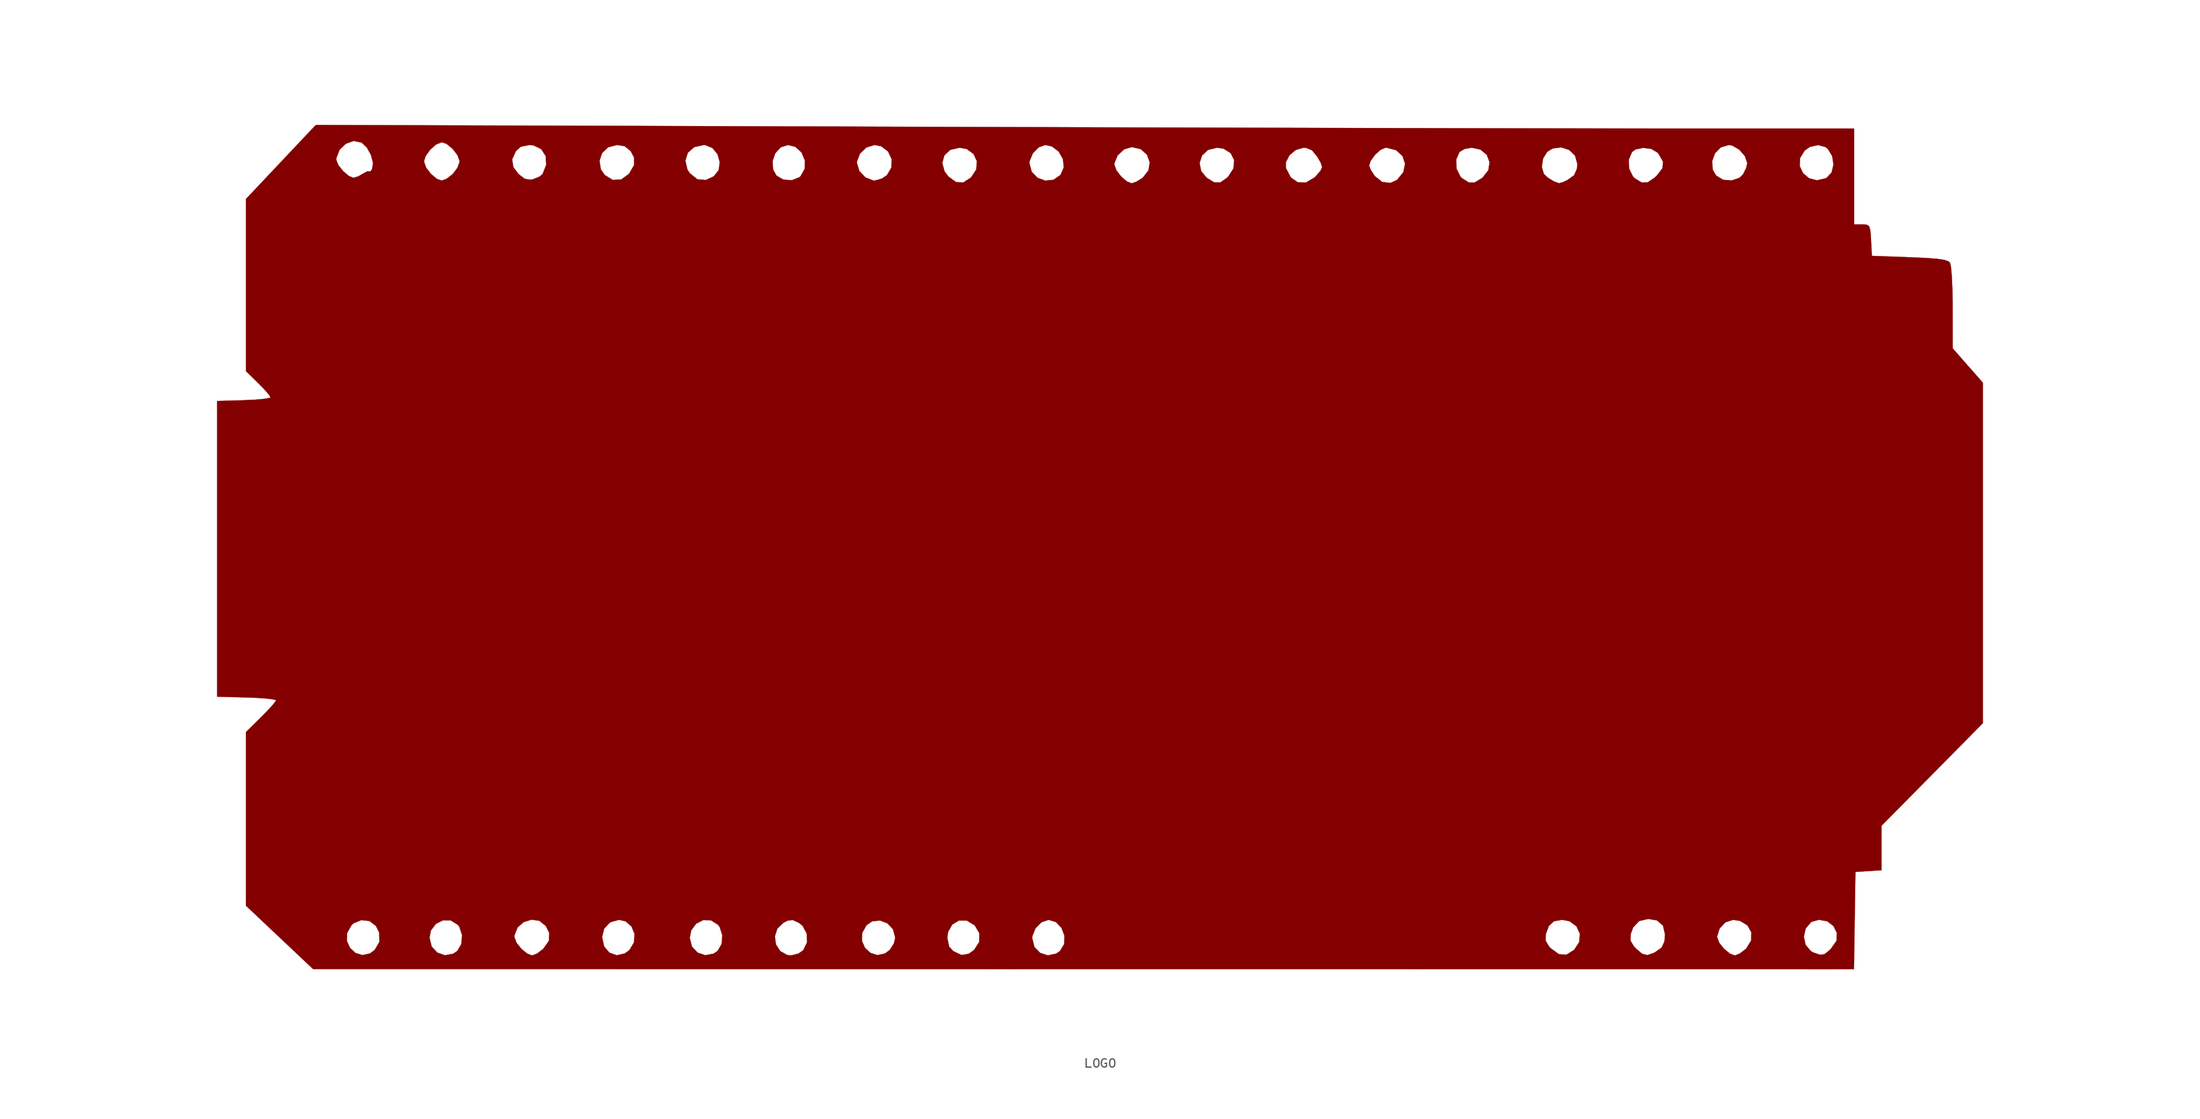
<source format=kicad_sym>
(kicad_symbol_lib
  (version 20220914)
  (generator "bitmap2component")
  (generator_version "8.0")
  (symbol "LOGO"
    (pin_names
      (offset 1.016))
    (property "Reference" "#G"
      (at 0 107.45 0)
      (effects (font (size 1.27 1.27)) hide))
    (symbol "LOGO_0_0"
      (polyline (pts (xy 76.531 -28.44) (xy 76.605 -23.644) (xy 77.889 -23.561) (xy 79.172 -23.479) (xy 79.172 -21.285) (xy 79.172 -19.091) (xy 84.171 -14.03) (xy 89.17 -8.968) (xy 89.17 7.837) (xy 89.17 24.642) (xy 87.684 26.334) (xy 86.198 28.027) (xy 86.194 32.05) (xy 86.19 32.691) (xy 86.159 34.075) (xy 86.101 35.239) (xy 86.025 36.075) (xy 85.934 36.479) (xy 85.782 36.616) (xy 85.368 36.758) (xy 84.643 36.866) (xy 83.53 36.949) (xy 81.953 37.019) (xy 78.227 37.154) (xy 78.145 38.708) (xy 78.141 38.785) (xy 78.081 39.626) (xy 77.964 40.066) (xy 77.717 40.234) (xy 77.267 40.262) (xy 76.47 40.262) (xy 76.47 44.99) (xy 76.47 49.719) (xy 58.028 49.72) (xy 57.4 49.72) (xy 55.106 49.722) (xy 52.319 49.725) (xy 49.077 49.73) (xy 45.417 49.736) (xy 41.374 49.744) (xy 36.986 49.753) (xy 32.289 49.763) (xy 27.32 49.775) (xy 22.115 49.787) (xy 16.712 49.801) (xy 11.146 49.815) (xy 5.455 49.831) (xy -0.326 49.846) (xy -6.158 49.863) (xy -12.007 49.88) (xy -17.834 49.898) (xy -75.254 50.074) (xy -78.513 46.617) (xy -73.228 46.617) (xy -73.215 46.827) (xy -72.904 47.629) (xy -72.293 48.218) (xy -71.527 48.492) (xy -70.755 48.346) (xy -70.229 47.86) (xy -69.816 47.116) (xy -69.648 46.477) (xy -64.581 46.477) (xy -64.433 46.978) (xy -63.977 47.625) (xy -63.383 48.151) (xy -62.825 48.368) (xy -62.359 48.209) (xy -61.758 47.718) (xy -61.27 47.078) (xy -61.132 46.667) (xy -55.892 46.667) (xy -55.513 47.497) (xy -55.029 47.93) (xy -54.169 48.098) (xy -53.797 48.064) (xy -53.027 47.694) (xy -52.584 47.014) (xy -52.55 46.529) (xy -47.274 46.529) (xy -47.011 47.304) (xy -46.41 47.875) (xy -45.531 48.098) (xy -44.8 47.983) (xy -44.195 47.497) (xy -43.859 46.859) (xy -43.859 46.554) (xy -38.803 46.554) (xy -38.558 47.328) (xy -37.93 47.885) (xy -36.983 48.098) (xy -36.863 48.093) (xy -36.135 47.803) (xy -35.633 47.188) (xy -35.43 46.481) (xy -30.205 46.481) (xy -29.94 47.272) (xy -29.408 47.864) (xy -28.672 48.098) (xy -27.956 47.915) (xy -27.348 47.36) (xy -27.019 46.585) (xy -27.022 46.342) (xy -21.887 46.342) (xy -21.882 46.459) (xy -21.578 47.252) (xy -20.936 47.857) (xy -20.131 48.098) (xy -19.472 47.965) (xy -18.815 47.458) (xy -18.462 46.714) (xy -18.468 46.325) (xy -13.461 46.325) (xy -13.255 47.075) (xy -12.67 47.618) (xy -11.754 47.828) (xy -11.059 47.703) (xy -10.384 47.219) (xy -10.05 46.497) (xy -10.065 46.295) (xy -4.864 46.295) (xy -4.842 46.532) (xy -4.525 47.277) (xy -3.958 47.861) (xy -3.303 48.098) (xy -2.651 47.957) (xy -1.979 47.445) (xy -1.561 46.704) (xy -1.504 46.164) (xy 3.513 46.164) (xy 3.52 46.299) (xy 3.83 47.063) (xy 4.46 47.657) (xy 5.227 47.895) (xy 6.116 47.685) (xy 6.727 47.138) (xy 6.997 46.394) (xy 6.987 46.322) (xy 11.917 46.322) (xy 12.163 47.064) (xy 12.756 47.613) (xy 13.646 47.828) (xy 14.271 47.738) (xy 14.979 47.298) (xy 15.326 46.607) (xy 15.309 46.394) (xy 20.425 46.394) (xy 20.785 47.084) (xy 21.417 47.615) (xy 22.181 47.828) (xy 22.398 47.817) (xy 22.997 47.584) (xy 23.511 46.95) (xy 23.85 46.378) (xy 23.953 46.071) (xy 28.642 46.071) (xy 28.779 46.508) (xy 29.209 47.112) (xy 29.763 47.616) (xy 30.261 47.828) (xy 30.365 47.826) (xy 31.309 47.579) (xy 31.929 47.011) (xy 32.051 46.64) (xy 37.222 46.64) (xy 37.548 47.408) (xy 38.049 47.704) (xy 38.767 47.828) (xy 39.618 47.644) (xy 40.245 47.12) (xy 40.52 46.392) (xy 40.447 45.932) (xy 45.672 45.932) (xy 45.792 46.755) (xy 46.197 47.414) (xy 46.751 47.755) (xy 47.588 47.863) (xy 48.372 47.605) (xy 48.951 47.041) (xy 49.062 46.64) (xy 54.246 46.64) (xy 54.571 47.408) (xy 54.917 47.657) (xy 55.667 47.814) (xy 56.468 47.712) (xy 57.067 47.355) (xy 57.204 47.189) (xy 57.609 46.482) (xy 62.465 46.482) (xy 62.751 47.275) (xy 63.328 47.866) (xy 64.128 48.098) (xy 64.455 48.041) (xy 65.147 47.636) (xy 65.704 46.998) (xy 65.932 46.317) (xy 65.87 46.013) (xy 71.112 46.013) (xy 71.139 46.796) (xy 71.606 47.557) (xy 72.108 47.905) (xy 72.927 48.09) (xy 73.66 47.891) (xy 73.874 47.716) (xy 74.309 47.01) (xy 74.438 46.17) (xy 74.255 45.387) (xy 73.755 44.848) (xy 73.694 44.817) (xy 72.815 44.61) (xy 72.035 44.812) (xy 71.439 45.316) (xy 71.112 46.013) (xy 65.87 46.013) (xy 65.834 45.838) (xy 65.511 45.186) (xy 65.172 44.863) (xy 64.398 44.596) (xy 63.554 44.665) (xy 62.866 45.079) (xy 62.535 45.646) (xy 62.465 46.482) (xy 57.609 46.482) (xy 57.626 46.453) (xy 57.57 45.806) (xy 57.035 45.104) (xy 56.786 44.866) (xy 56.115 44.41) (xy 55.516 44.399) (xy 54.838 44.813) (xy 54.67 44.976) (xy 54.287 45.747) (xy 54.246 46.64) (xy 49.062 46.64) (xy 49.175 46.232) (xy 49.144 45.781) (xy 48.865 45.123) (xy 48.183 44.626) (xy 47.761 44.431) (xy 47.373 44.323) (xy 47.365 44.324) (xy 46.875 44.497) (xy 46.282 44.86) (xy 45.873 45.238) (xy 45.672 45.932) (xy 40.447 45.932) (xy 40.394 45.598) (xy 39.82 44.875) (xy 39.741 44.813) (xy 39.047 44.397) (xy 38.471 44.399) (xy 37.815 44.813) (xy 37.647 44.976) (xy 37.264 45.747) (xy 37.222 46.64) (xy 32.051 46.64) (xy 32.181 46.248) (xy 32.018 45.419) (xy 31.395 44.653) (xy 30.734 44.349) (xy 29.924 44.452) (xy 29.203 45.027) (xy 29.176 45.061) (xy 28.798 45.644) (xy 28.642 46.071) (xy 23.953 46.071) (xy 24 45.933) (xy 23.85 45.557) (xy 23.386 45.03) (xy 23.244 44.886) (xy 22.421 44.4) (xy 21.612 44.412) (xy 20.914 44.896) (xy 20.428 45.826) (xy 20.425 46.394) (xy 15.309 46.394) (xy 15.262 45.791) (xy 14.739 44.978) (xy 14.61 44.853) (xy 13.96 44.402) (xy 13.348 44.412) (xy 12.601 44.875) (xy 12.068 45.529) (xy 11.917 46.322) (xy 6.987 46.322) (xy 6.876 45.593) (xy 6.314 44.875) (xy 6.285 44.853) (xy 5.684 44.472) (xy 5.22 44.315) (xy 4.757 44.493) (xy 4.182 44.985) (xy 3.709 45.605) (xy 3.513 46.164) (xy -1.504 46.164) (xy -1.475 45.887) (xy -1.8 45.148) (xy -2.48 44.668) (xy -3.296 44.578) (xy -4.066 44.857) (xy -4.639 45.448) (xy -4.864 46.295) (xy -10.065 46.295) (xy -10.112 45.679) (xy -10.623 44.903) (xy -10.65 44.878) (xy -11.394 44.396) (xy -12.095 44.429) (xy -12.847 44.978) (xy -13.24 45.495) (xy -13.461 46.325) (xy -18.468 46.325) (xy -18.475 45.886) (xy -18.915 45.126) (xy -19.432 44.773) (xy -20.131 44.585) (xy -20.249 44.59) (xy -21.042 44.894) (xy -21.646 45.536) (xy -21.887 46.342) (xy -27.022 46.342) (xy -27.031 45.749) (xy -27.446 45.01) (xy -27.549 44.919) (xy -28.292 44.621) (xy -29.134 44.678) (xy -29.817 45.079) (xy -30.143 45.656) (xy -30.205 46.481) (xy -35.43 46.481) (xy -35.408 46.408) (xy -35.513 45.626) (xy -35.998 45.006) (xy -36.782 44.642) (xy -37.625 44.715) (xy -38.366 45.316) (xy -38.603 45.686) (xy -38.803 46.554) (xy -43.859 46.554) (xy -43.859 46.118) (xy -44.334 45.297) (xy -44.389 45.23) (xy -45.136 44.688) (xy -45.959 44.651) (xy -46.747 45.126) (xy -47.139 45.696) (xy -47.274 46.529) (xy -52.55 46.529) (xy -52.522 46.147) (xy -52.895 45.215) (xy -53.216 44.959) (xy -53.829 44.716) (xy -54.048 44.672) (xy -54.636 44.751) (xy -55.245 45.222) (xy -55.765 45.902) (xy -55.892 46.667) (xy -61.132 46.667) (xy -61.068 46.477) (xy -61.069 46.446) (xy -61.275 45.862) (xy -61.731 45.248) (xy -61.778 45.202) (xy -62.351 44.765) (xy -62.825 44.585) (xy -63.29 44.744) (xy -63.891 45.235) (xy -64.379 45.876) (xy -64.581 46.477) (xy -69.648 46.477) (xy -69.61 46.333) (xy -69.699 45.724) (xy -69.863 45.489) (xy -69.977 45.479) (xy -70.151 45.512) (xy -70.586 45.276) (xy -71.066 45.001) (xy -71.544 44.855) (xy -72.002 45.046) (xy -72.563 45.528) (xy -73.031 46.115) (xy -73.228 46.617) (xy -78.513 46.617) (xy -78.7 46.419) (xy -82.145 42.765) (xy -82.145 34.274) (xy -82.145 25.783) (xy -80.929 24.589) (xy -80.358 24.005) (xy -79.892 23.474) (xy -79.713 23.192) (xy -79.815 23.133) (xy -80.346 23.041) (xy -81.229 22.963) (xy -82.347 22.91) (xy -84.982 22.833) (xy -84.982 8.242) (xy -84.982 -6.35) (xy -82.077 -6.427) (xy -81.108 -6.464) (xy -80.106 -6.533) (xy -79.424 -6.617) (xy -79.172 -6.706) (xy -79.18 -6.735) (xy -79.429 -7.073) (xy -79.953 -7.655) (xy -80.659 -8.377) (xy -82.145 -9.844) (xy -82.145 -18.41) (xy -82.145 -26.975) (xy -78.835 -30.101) (xy -78.461 -30.454) (xy -72.187 -30.454) (xy -72.167 -29.678) (xy -71.733 -28.904) (xy -71.521 -28.709) (xy -70.755 -28.398) (xy -69.955 -28.488) (xy -69.325 -28.973) (xy -69.004 -29.619) (xy -68.987 -30.129) (xy -64.04 -30.129) (xy -63.901 -29.429) (xy -63.413 -28.773) (xy -62.712 -28.418) (xy -61.941 -28.427) (xy -61.245 -28.866) (xy -61.089 -29.077) (xy -60.828 -29.89) (xy -60.842 -30.066) (xy -55.664 -30.066) (xy -55.654 -29.889) (xy -55.354 -29.122) (xy -54.745 -28.593) (xy -53.977 -28.356) (xy -53.202 -28.465) (xy -52.572 -28.973) (xy -52.225 -29.66) (xy -52.244 -30.082) (xy -47.017 -30.082) (xy -46.814 -29.244) (xy -46.218 -28.611) (xy -45.349 -28.372) (xy -44.712 -28.513) (xy -44.117 -29.024) (xy -43.817 -29.767) (xy -43.84 -30.155) (xy -38.37 -30.155) (xy -38.229 -29.425) (xy -37.745 -28.757) (xy -37.049 -28.399) (xy -36.28 -28.414) (xy -35.575 -28.866) (xy -35.419 -29.077) (xy -35.158 -29.89) (xy -35.168 -30.009) (xy -29.975 -30.009) (xy -29.736 -29.244) (xy -29.116 -28.651) (xy -28.7 -28.444) (xy -28.219 -28.389) (xy -27.629 -28.651) (xy -27.247 -28.953) (xy -26.834 -29.718) (xy -26.805 -30.454) (xy -21.387 -30.454) (xy -21.367 -29.678) (xy -20.933 -28.904) (xy -20.387 -28.521) (xy -19.613 -28.434) (xy -18.875 -28.716) (xy -18.322 -29.302) (xy -18.104 -30.129) (xy -18.11 -30.155) (xy -12.97 -30.155) (xy -12.894 -29.575) (xy -12.478 -28.837) (xy -11.815 -28.441) (xy -11.035 -28.446) (xy -10.268 -28.913) (xy -9.807 -29.687) (xy -9.813 -30.175) (xy -4.594 -30.175) (xy -4.578 -29.972) (xy -4.266 -29.205) (xy -3.676 -28.611) (xy -2.972 -28.372) (xy -2.255 -28.589) (xy -1.704 -29.169) (xy -1.411 -29.947) (xy -1.427 -30.409) (xy 46.038 -30.409) (xy 46.067 -29.779) (xy 46.365 -28.979) (xy 46.873 -28.506) (xy 47.684 -28.372) (xy 48.413 -28.51) (xy 49.086 -29.01) (xy 49.422 -29.741) (xy 49.375 -30.413) (xy 54.415 -30.413) (xy 54.44 -29.777) (xy 54.677 -29.126) (xy 55.274 -28.489) (xy 56.177 -28.282) (xy 57.03 -28.429) (xy 57.625 -28.945) (xy 57.821 -29.824) (xy 57.802 -30.066) (xy 62.959 -30.066) (xy 62.96 -30.021) (xy 63.209 -29.221) (xy 63.791 -28.613) (xy 64.544 -28.372) (xy 65.225 -28.475) (xy 65.955 -28.923) (xy 66.339 -29.611) (xy 66.328 -30.037) (xy 71.516 -30.037) (xy 71.699 -29.223) (xy 72.255 -28.579) (xy 72.265 -28.572) (xy 73.008 -28.365) (xy 73.82 -28.515) (xy 74.428 -28.973) (xy 74.775 -29.66) (xy 74.741 -30.437) (xy 74.186 -31.222) (xy 74.025 -31.381) (xy 73.549 -31.765) (xy 73.119 -31.82) (xy 72.481 -31.605) (xy 72.213 -31.463) (xy 71.692 -30.843) (xy 71.516 -30.037) (xy 66.328 -30.037) (xy 66.319 -30.411) (xy 65.835 -31.196) (xy 65.763 -31.265) (xy 65.185 -31.705) (xy 64.716 -31.885) (xy 64.254 -31.723) (xy 63.656 -31.242) (xy 63.164 -30.627) (xy 62.959 -30.066) (xy 57.802 -30.066) (xy 57.766 -30.513) (xy 57.477 -31.117) (xy 56.83 -31.574) (xy 56.725 -31.629) (xy 56.089 -31.852) (xy 55.569 -31.723) (xy 54.95 -31.196) (xy 54.76 -30.995) (xy 54.415 -30.413) (xy 49.375 -30.413) (xy 49.364 -30.563) (xy 48.858 -31.334) (xy 48.1 -31.81) (xy 47.361 -31.765) (xy 46.574 -31.196) (xy 46.375 -30.985) (xy 46.038 -30.409) (xy -1.427 -30.409) (xy -1.438 -30.758) (xy -1.845 -31.438) (xy -2.239 -31.709) (xy -3.051 -31.877) (xy -3.811 -31.633) (xy -4.374 -31.043) (xy -4.594 -30.175) (xy -9.813 -30.175) (xy -9.818 -30.551) (xy -10.319 -31.334) (xy -10.842 -31.721) (xy -11.562 -31.844) (xy -12.37 -31.464) (xy -12.78 -31.019) (xy -12.97 -30.155) (xy -18.11 -30.155) (xy -18.236 -30.701) (xy -18.645 -31.345) (xy -19.112 -31.691) (xy -19.856 -31.853) (xy -20.542 -31.637) (xy -21.082 -31.139) (xy -21.387 -30.454) (xy -26.805 -30.454) (xy -26.8 -30.592) (xy -27.179 -31.37) (xy -27.643 -31.697) (xy -28.372 -31.885) (xy -28.75 -31.842) (xy -29.448 -31.457) (xy -29.868 -30.797) (xy -29.975 -30.009) (xy -35.168 -30.009) (xy -35.227 -30.759) (xy -35.622 -31.438) (xy -36.024 -31.711) (xy -36.831 -31.864) (xy -37.589 -31.61) (xy -38.151 -31.018) (xy -38.37 -30.155) (xy -43.84 -30.155) (xy -43.865 -30.591) (xy -44.315 -31.345) (xy -44.776 -31.689) (xy -45.564 -31.866) (xy -46.286 -31.617) (xy -46.813 -31.003) (xy -47.017 -30.082) (xy -52.244 -30.082) (xy -52.259 -30.437) (xy -52.814 -31.222) (xy -52.861 -31.268) (xy -53.434 -31.705) (xy -53.907 -31.885) (xy -54.37 -31.723) (xy -54.967 -31.242) (xy -55.459 -30.627) (xy -55.664 -30.066) (xy -60.842 -30.066) (xy -60.898 -30.759) (xy -61.292 -31.438) (xy -61.708 -31.719) (xy -62.515 -31.866) (xy -63.267 -31.605) (xy -63.824 -31.004) (xy -64.04 -30.129) (xy -68.987 -30.129) (xy -68.973 -30.535) (xy -69.445 -31.345) (xy -69.912 -31.691) (xy -70.656 -31.853) (xy -71.342 -31.637) (xy -71.882 -31.139) (xy -72.187 -30.454) (xy -78.461 -30.454) (xy -75.525 -33.228) (xy 0.467 -33.232) (xy 76.458 -33.236) (xy 76.531 -28.44)) (stroke (width 0.01) (type default)) (fill (type outline))))))
</source>
